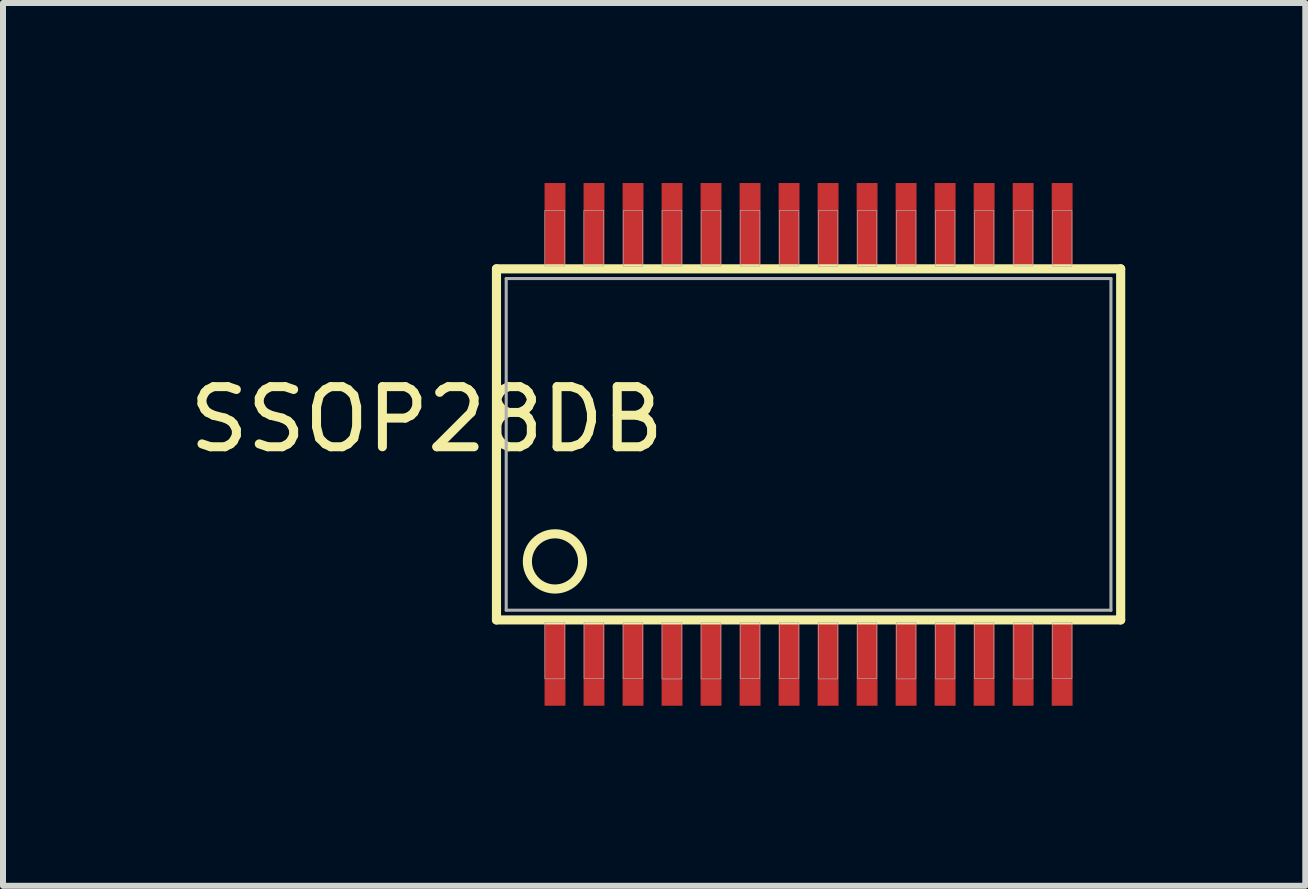
<source format=kicad_pcb>
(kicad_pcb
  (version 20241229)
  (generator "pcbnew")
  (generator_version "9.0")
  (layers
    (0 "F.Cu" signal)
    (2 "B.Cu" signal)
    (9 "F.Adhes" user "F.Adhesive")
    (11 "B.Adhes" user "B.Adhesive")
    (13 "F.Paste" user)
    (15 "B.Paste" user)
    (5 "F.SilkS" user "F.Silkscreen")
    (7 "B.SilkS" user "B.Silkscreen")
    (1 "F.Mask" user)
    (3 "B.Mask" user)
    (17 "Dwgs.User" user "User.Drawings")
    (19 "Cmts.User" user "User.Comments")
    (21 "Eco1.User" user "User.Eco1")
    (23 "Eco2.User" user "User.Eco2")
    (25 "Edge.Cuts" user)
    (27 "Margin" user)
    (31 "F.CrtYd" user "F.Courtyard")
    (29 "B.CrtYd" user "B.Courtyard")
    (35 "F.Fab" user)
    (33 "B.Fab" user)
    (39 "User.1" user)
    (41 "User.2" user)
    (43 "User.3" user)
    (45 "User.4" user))
  (footprint "SSOP28DB"
    (layer "F.Cu")
    (at 10.422 4.354)
    (property "Reference" "SSOP28DB" (at -6.361 -0.416 180) (layer "F.SilkS") (effects (font (size 1.002 1.002) (thickness 0.15))))
    (attr smd)
    (fp_line (start -5.2 -2.925) (end 5.2 -2.925) (stroke (width 0.152) (type solid)) (layer "F.SilkS"))
    (fp_line (start -5.2 2.925) (end -5.2 -2.925) (stroke (width 0.152) (type solid)) (layer "F.SilkS"))
    (fp_line (start 5.2 -2.925) (end 5.2 2.925) (stroke (width 0.152) (type solid)) (layer "F.SilkS"))
    (fp_line (start 5.2 2.925) (end -5.2 2.925) (stroke (width 0.152) (type solid)) (layer "F.SilkS"))
    (fp_circle (center -4.225 1.95) (end -3.765 1.95) (stroke (width 0.152) (type solid)) (fill no) (layer "F.SilkS"))
    (fp_line (start -5.038 -2.763) (end 5.038 -2.763) (stroke (width 0.051) (type solid)) (layer "F.Fab"))
    (fp_line (start -5.038 2.763) (end -5.038 -2.763) (stroke (width 0.051) (type solid)) (layer "F.Fab"))
    (fp_line (start 5.038 -2.763) (end 5.038 2.763) (stroke (width 0.051) (type solid)) (layer "F.Fab"))
    (fp_line (start 5.038 2.763) (end -5.038 2.763) (stroke (width 0.051) (type solid)) (layer "F.Fab"))
    (fp_poly (pts (xy -4.395 -3.9) (xy -4.062 -3.9) (xy -4.062 -2.971) (xy -4.395 -2.971)) (stroke (width 0.01) (type solid)) (fill no) (layer "F.Fab"))
    (fp_poly (pts (xy -4.394 2.966) (xy -4.062 2.966) (xy -4.062 3.906) (xy -4.394 3.906)) (stroke (width 0.01) (type solid)) (fill no) (layer "F.Fab"))
    (fp_poly (pts (xy -3.744 -3.9) (xy -3.413 -3.9) (xy -3.413 -2.971) (xy -3.744 -2.971)) (stroke (width 0.01) (type solid)) (fill no) (layer "F.Fab"))
    (fp_poly (pts (xy -3.741 2.966) (xy -3.413 2.966) (xy -3.413 3.904) (xy -3.741 3.904)) (stroke (width 0.01) (type solid)) (fill no) (layer "F.Fab"))
    (fp_poly (pts (xy -3.09 2.966) (xy -2.763 2.966) (xy -2.763 3.903) (xy -3.09 3.903)) (stroke (width 0.01) (type solid)) (fill no) (layer "F.Fab"))
    (fp_poly (pts (xy -3.088 -3.9) (xy -2.763 -3.9) (xy -2.763 -2.966) (xy -3.088 -2.966)) (stroke (width 0.01) (type solid)) (fill no) (layer "F.Fab"))
    (fp_poly (pts (xy -2.442 2.966) (xy -2.112 2.966) (xy -2.112 3.908) (xy -2.442 3.908)) (stroke (width 0.01) (type solid)) (fill no) (layer "F.Fab"))
    (fp_poly (pts (xy -2.441 -3.9) (xy -2.112 -3.9) (xy -2.112 -2.97) (xy -2.441 -2.97)) (stroke (width 0.01) (type solid)) (fill no) (layer "F.Fab"))
    (fp_poly (pts (xy -1.791 2.966) (xy -1.462 2.966) (xy -1.462 3.907) (xy -1.791 3.907)) (stroke (width 0.01) (type solid)) (fill no) (layer "F.Fab"))
    (fp_poly (pts (xy -1.79 -3.9) (xy -1.462 -3.9) (xy -1.462 -2.97) (xy -1.79 -2.97)) (stroke (width 0.01) (type solid)) (fill no) (layer "F.Fab"))
    (fp_poly (pts (xy -1.139 -3.9) (xy -0.812 -3.9) (xy -0.812 -2.969) (xy -1.139 -2.969)) (stroke (width 0.01) (type solid)) (fill no) (layer "F.Fab"))
    (fp_poly (pts (xy -1.139 2.966) (xy -0.812 2.966) (xy -0.812 3.904) (xy -1.139 3.904)) (stroke (width 0.01) (type solid)) (fill no) (layer "F.Fab"))
    (fp_poly (pts (xy -0.488 -3.9) (xy -0.163 -3.9) (xy -0.163 -2.971) (xy -0.488 -2.971)) (stroke (width 0.01) (type solid)) (fill no) (layer "F.Fab"))
    (fp_poly (pts (xy -0.488 2.966) (xy -0.163 2.966) (xy -0.163 3.901) (xy -0.488 3.901)) (stroke (width 0.01) (type solid)) (fill no) (layer "F.Fab"))
    (fp_poly (pts (xy 0.163 -3.9) (xy 0.487 -3.9) (xy 0.487 -2.966) (xy 0.163 -2.966)) (stroke (width 0.01) (type solid)) (fill no) (layer "F.Fab"))
    (fp_poly (pts (xy 0.163 2.966) (xy 0.487 2.966) (xy 0.487 3.907) (xy 0.163 3.907)) (stroke (width 0.01) (type solid)) (fill no) (layer "F.Fab"))
    (fp_poly (pts (xy 0.813 -3.9) (xy 1.137 -3.9) (xy 1.137 -2.967) (xy 0.813 -2.967)) (stroke (width 0.01) (type solid)) (fill no) (layer "F.Fab"))
    (fp_poly (pts (xy 0.813 2.966) (xy 1.137 2.966) (xy 1.137 3.903) (xy 0.813 3.903)) (stroke (width 0.01) (type solid)) (fill no) (layer "F.Fab"))
    (fp_poly (pts (xy 1.465 2.966) (xy 1.788 2.966) (xy 1.788 3.907) (xy 1.465 3.907)) (stroke (width 0.01) (type solid)) (fill no) (layer "F.Fab"))
    (fp_poly (pts (xy 1.465 -3.9) (xy 1.788 -3.9) (xy 1.788 -2.971) (xy 1.465 -2.971)) (stroke (width 0.01) (type solid)) (fill no) (layer "F.Fab"))
    (fp_poly (pts (xy 2.113 -3.9) (xy 2.438 -3.9) (xy 2.438 -2.966) (xy 2.113 -2.966)) (stroke (width 0.01) (type solid)) (fill no) (layer "F.Fab"))
    (fp_poly (pts (xy 2.116 2.966) (xy 2.438 2.966) (xy 2.438 3.907) (xy 2.116 3.907)) (stroke (width 0.01) (type solid)) (fill no) (layer "F.Fab"))
    (fp_poly (pts (xy 2.764 2.966) (xy 3.087 2.966) (xy 3.087 3.902) (xy 2.764 3.902)) (stroke (width 0.01) (type solid)) (fill no) (layer "F.Fab"))
    (fp_poly (pts (xy 2.768 -3.9) (xy 3.087 -3.9) (xy 3.087 -2.971) (xy 2.768 -2.971)) (stroke (width 0.01) (type solid)) (fill no) (layer "F.Fab"))
    (fp_poly (pts (xy 3.419 -3.9) (xy 3.737 -3.9) (xy 3.737 -2.971) (xy 3.419 -2.971)) (stroke (width 0.01) (type solid)) (fill no) (layer "F.Fab"))
    (fp_poly (pts (xy 3.419 2.966) (xy 3.737 2.966) (xy 3.737 3.907) (xy 3.419 3.907)) (stroke (width 0.01) (type solid)) (fill no) (layer "F.Fab"))
    (fp_poly (pts (xy 4.065 -3.9) (xy 4.388 -3.9) (xy 4.388 -2.967) (xy 4.065 -2.967)) (stroke (width 0.01) (type solid)) (fill no) (layer "F.Fab"))
    (fp_poly (pts (xy 4.065 2.966) (xy 4.388 2.966) (xy 4.388 3.902) (xy 4.065 3.902)) (stroke (width 0.01) (type solid)) (fill no) (layer "F.Fab"))
    (pad "1" smd rect (at -4.225 3.656) (size 0.348 1.397) (layers "F.Cu" "F.Mask" "F.Paste"))
    (pad "2" smd rect (at -3.575 3.656) (size 0.348 1.397) (layers "F.Cu" "F.Mask" "F.Paste"))
    (pad "3" smd rect (at -2.925 3.656) (size 0.348 1.397) (layers "F.Cu" "F.Mask" "F.Paste"))
    (pad "4" smd rect (at -2.275 3.656) (size 0.348 1.397) (layers "F.Cu" "F.Mask" "F.Paste"))
    (pad "5" smd rect (at -1.625 3.656) (size 0.348 1.397) (layers "F.Cu" "F.Mask" "F.Paste"))
    (pad "6" smd rect (at -0.975 3.656) (size 0.348 1.397) (layers "F.Cu" "F.Mask" "F.Paste"))
    (pad "7" smd rect (at -0.325 3.656) (size 0.348 1.397) (layers "F.Cu" "F.Mask" "F.Paste"))
    (pad "8" smd rect (at 0.325 3.656) (size 0.348 1.397) (layers "F.Cu" "F.Mask" "F.Paste"))
    (pad "9" smd rect (at 0.975 3.656) (size 0.348 1.397) (layers "F.Cu" "F.Mask" "F.Paste"))
    (pad "10" smd rect (at 1.625 3.656) (size 0.348 1.397) (layers "F.Cu" "F.Mask" "F.Paste"))
    (pad "11" smd rect (at 2.275 3.656) (size 0.348 1.397) (layers "F.Cu" "F.Mask" "F.Paste"))
    (pad "12" smd rect (at 2.925 3.656) (size 0.348 1.397) (layers "F.Cu" "F.Mask" "F.Paste"))
    (pad "13" smd rect (at 3.575 3.656) (size 0.348 1.397) (layers "F.Cu" "F.Mask" "F.Paste"))
    (pad "14" smd rect (at 4.225 3.656) (size 0.348 1.397) (layers "F.Cu" "F.Mask" "F.Paste"))
    (pad "15" smd rect (at 4.225 -3.656) (size 0.348 1.397) (layers "F.Cu" "F.Mask" "F.Paste"))
    (pad "16" smd rect (at 3.575 -3.656) (size 0.348 1.397) (layers "F.Cu" "F.Mask" "F.Paste"))
    (pad "17" smd rect (at 2.925 -3.656) (size 0.348 1.397) (layers "F.Cu" "F.Mask" "F.Paste"))
    (pad "18" smd rect (at 2.275 -3.656) (size 0.348 1.397) (layers "F.Cu" "F.Mask" "F.Paste"))
    (pad "19" smd rect (at 1.625 -3.656) (size 0.348 1.397) (layers "F.Cu" "F.Mask" "F.Paste"))
    (pad "20" smd rect (at 0.975 -3.656) (size 0.348 1.397) (layers "F.Cu" "F.Mask" "F.Paste"))
    (pad "21" smd rect (at 0.325 -3.656) (size 0.348 1.397) (layers "F.Cu" "F.Mask" "F.Paste"))
    (pad "22" smd rect (at -0.325 -3.656) (size 0.348 1.397) (layers "F.Cu" "F.Mask" "F.Paste"))
    (pad "23" smd rect (at -0.975 -3.656) (size 0.348 1.397) (layers "F.Cu" "F.Mask" "F.Paste"))
    (pad "24" smd rect (at -1.625 -3.656) (size 0.348 1.397) (layers "F.Cu" "F.Mask" "F.Paste"))
    (pad "25" smd rect (at -2.275 -3.656) (size 0.348 1.397) (layers "F.Cu" "F.Mask" "F.Paste"))
    (pad "26" smd rect (at -2.925 -3.656) (size 0.348 1.397) (layers "F.Cu" "F.Mask" "F.Paste"))
    (pad "27" smd rect (at -3.575 -3.656) (size 0.348 1.397) (layers "F.Cu" "F.Mask" "F.Paste"))
    (pad "28" smd rect (at -4.225 -3.656) (size 0.348 1.397) (layers "F.Cu" "F.Mask" "F.Paste")))
  (gr_rect
    (start -3 -3)
    (end 18.698 11.709)
    (stroke (width 0.1) (type default))
    (fill no)
    (layer "Edge.Cuts")))
</source>
